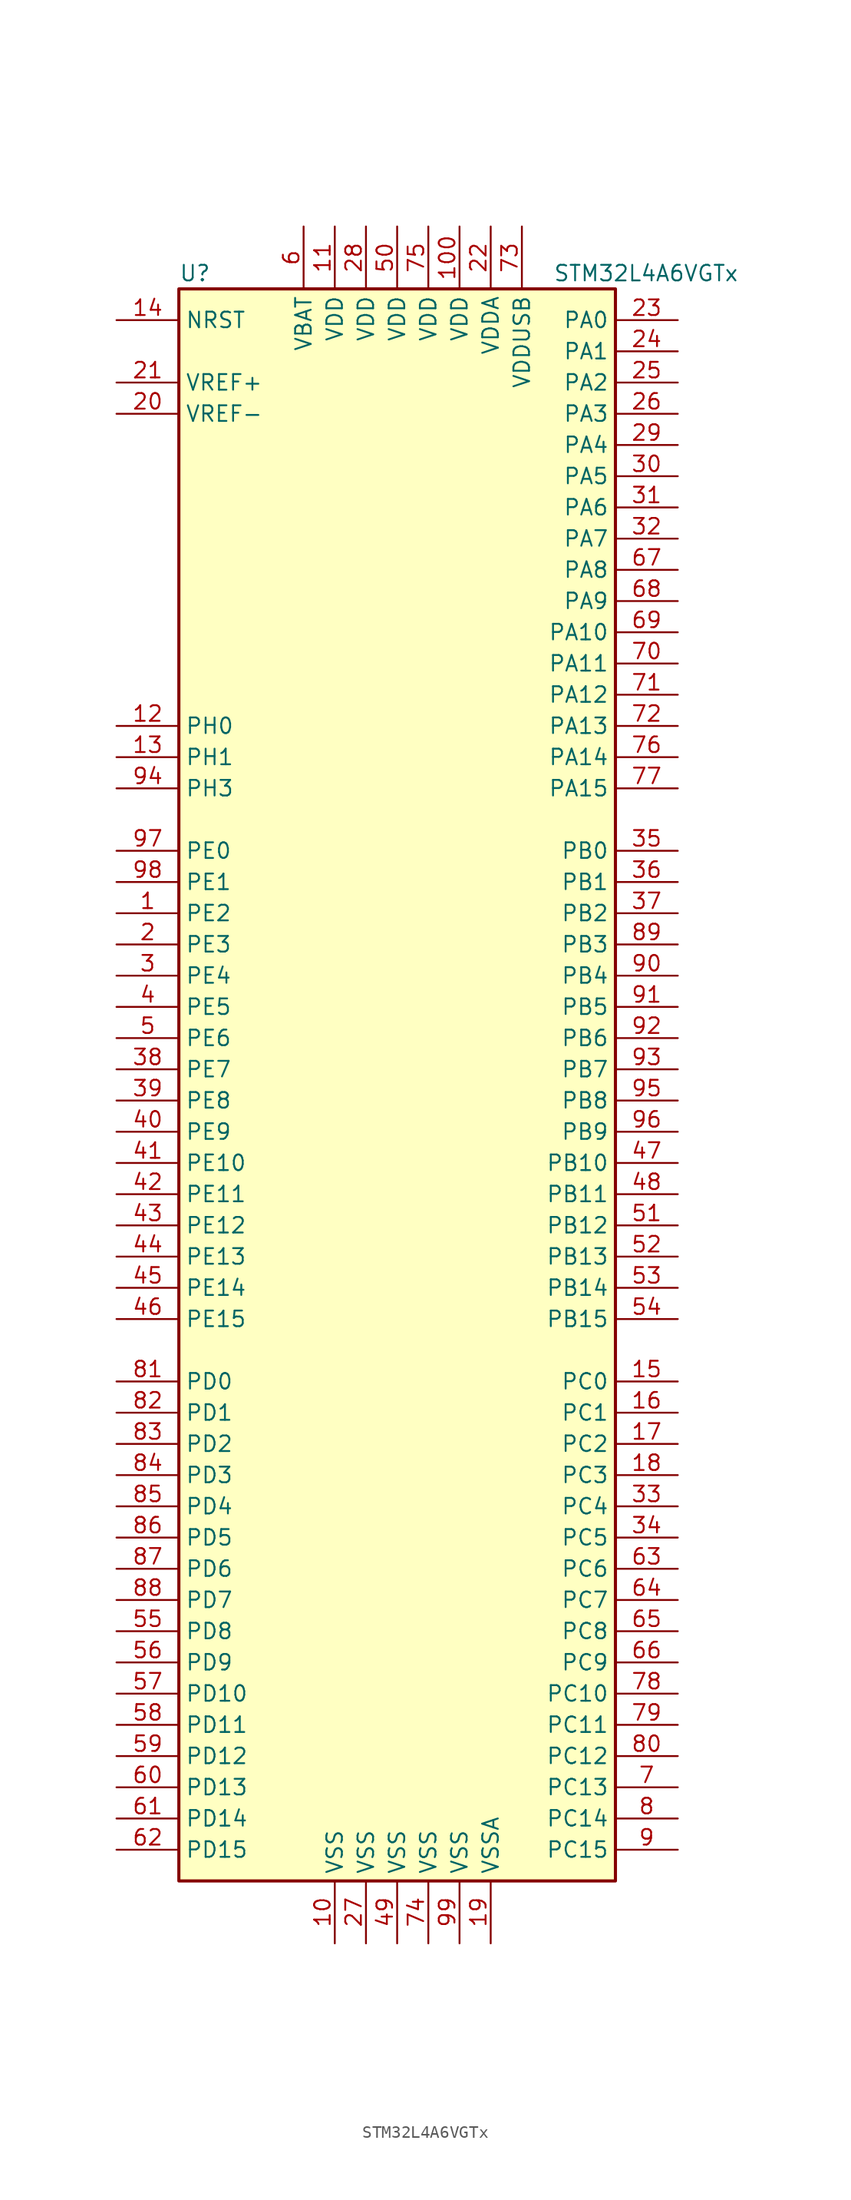
<source format=kicad_sym>
(kicad_symbol_lib
  (version 20201005)
  (generator kicad_symbol_editor)
  (symbol "MCU_ST_STM32L4:STM32L4A6VGTx"
    (property "Reference" "U"
      (at -17.78 64.77 0)
      (effects (font (size 1.27 1.27)) (justify left)))
    (property "Value" "STM32L4A6VGTx"
      (at 12.7 64.77 0)
      (effects (font (size 1.27 1.27)) (justify left)))
    (symbol "STM32L4A6VGTx_0_1"
      (rectangle (start -17.78 -66.04) (end 17.78 63.5) (stroke (width 0.254)) (fill (type background))))
    (symbol "STM32L4A6VGTx_1_1"
      (pin bidirectional line (at -22.86 12.7 0) (length 5.08) (name "PE2" (effects (font (size 1.27 1.27)))) (number "1" (effects (font (size 1.27 1.27)))))
      (pin power_in line (at -5.08 -71.12 90) (length 5.08) (name "VSS" (effects (font (size 1.27 1.27)))) (number "10" (effects (font (size 1.27 1.27)))))
      (pin power_in line (at 5.08 68.58 270) (length 5.08) (name "VDD" (effects (font (size 1.27 1.27)))) (number "100" (effects (font (size 1.27 1.27)))))
      (pin power_in line (at -5.08 68.58 270) (length 5.08) (name "VDD" (effects (font (size 1.27 1.27)))) (number "11" (effects (font (size 1.27 1.27)))))
      (pin input line (at -22.86 27.94 0) (length 5.08) (name "PH0" (effects (font (size 1.27 1.27)))) (number "12" (effects (font (size 1.27 1.27)))))
      (pin input line (at -22.86 25.4 0) (length 5.08) (name "PH1" (effects (font (size 1.27 1.27)))) (number "13" (effects (font (size 1.27 1.27)))))
      (pin input line (at -22.86 60.96 0) (length 5.08) (name "NRST" (effects (font (size 1.27 1.27)))) (number "14" (effects (font (size 1.27 1.27)))))
      (pin bidirectional line (at 22.86 -25.4 180) (length 5.08) (name "PC0" (effects (font (size 1.27 1.27)))) (number "15" (effects (font (size 1.27 1.27)))))
      (pin bidirectional line (at 22.86 -27.94 180) (length 5.08) (name "PC1" (effects (font (size 1.27 1.27)))) (number "16" (effects (font (size 1.27 1.27)))))
      (pin bidirectional line (at 22.86 -30.48 180) (length 5.08) (name "PC2" (effects (font (size 1.27 1.27)))) (number "17" (effects (font (size 1.27 1.27)))))
      (pin bidirectional line (at 22.86 -33.02 180) (length 5.08) (name "PC3" (effects (font (size 1.27 1.27)))) (number "18" (effects (font (size 1.27 1.27)))))
      (pin power_in line (at 7.62 -71.12 90) (length 5.08) (name "VSSA" (effects (font (size 1.27 1.27)))) (number "19" (effects (font (size 1.27 1.27)))))
      (pin bidirectional line (at -22.86 10.16 0) (length 5.08) (name "PE3" (effects (font (size 1.27 1.27)))) (number "2" (effects (font (size 1.27 1.27)))))
      (pin power_in line (at -22.86 53.34 0) (length 5.08) (name "VREF-" (effects (font (size 1.27 1.27)))) (number "20" (effects (font (size 1.27 1.27)))))
      (pin bidirectional line (at -22.86 55.88 0) (length 5.08) (name "VREF+" (effects (font (size 1.27 1.27)))) (number "21" (effects (font (size 1.27 1.27)))))
      (pin power_in line (at 7.62 68.58 270) (length 5.08) (name "VDDA" (effects (font (size 1.27 1.27)))) (number "22" (effects (font (size 1.27 1.27)))))
      (pin bidirectional line (at 22.86 60.96 180) (length 5.08) (name "PA0" (effects (font (size 1.27 1.27)))) (number "23" (effects (font (size 1.27 1.27)))))
      (pin bidirectional line (at 22.86 58.42 180) (length 5.08) (name "PA1" (effects (font (size 1.27 1.27)))) (number "24" (effects (font (size 1.27 1.27)))))
      (pin bidirectional line (at 22.86 55.88 180) (length 5.08) (name "PA2" (effects (font (size 1.27 1.27)))) (number "25" (effects (font (size 1.27 1.27)))))
      (pin bidirectional line (at 22.86 53.34 180) (length 5.08) (name "PA3" (effects (font (size 1.27 1.27)))) (number "26" (effects (font (size 1.27 1.27)))))
      (pin power_in line (at -2.54 -71.12 90) (length 5.08) (name "VSS" (effects (font (size 1.27 1.27)))) (number "27" (effects (font (size 1.27 1.27)))))
      (pin power_in line (at -2.54 68.58 270) (length 5.08) (name "VDD" (effects (font (size 1.27 1.27)))) (number "28" (effects (font (size 1.27 1.27)))))
      (pin bidirectional line (at 22.86 50.8 180) (length 5.08) (name "PA4" (effects (font (size 1.27 1.27)))) (number "29" (effects (font (size 1.27 1.27)))))
      (pin bidirectional line (at -22.86 7.62 0) (length 5.08) (name "PE4" (effects (font (size 1.27 1.27)))) (number "3" (effects (font (size 1.27 1.27)))))
      (pin bidirectional line (at 22.86 48.26 180) (length 5.08) (name "PA5" (effects (font (size 1.27 1.27)))) (number "30" (effects (font (size 1.27 1.27)))))
      (pin bidirectional line (at 22.86 45.72 180) (length 5.08) (name "PA6" (effects (font (size 1.27 1.27)))) (number "31" (effects (font (size 1.27 1.27)))))
      (pin bidirectional line (at 22.86 43.18 180) (length 5.08) (name "PA7" (effects (font (size 1.27 1.27)))) (number "32" (effects (font (size 1.27 1.27)))))
      (pin bidirectional line (at 22.86 -35.56 180) (length 5.08) (name "PC4" (effects (font (size 1.27 1.27)))) (number "33" (effects (font (size 1.27 1.27)))))
      (pin bidirectional line (at 22.86 -38.1 180) (length 5.08) (name "PC5" (effects (font (size 1.27 1.27)))) (number "34" (effects (font (size 1.27 1.27)))))
      (pin bidirectional line (at 22.86 17.78 180) (length 5.08) (name "PB0" (effects (font (size 1.27 1.27)))) (number "35" (effects (font (size 1.27 1.27)))))
      (pin bidirectional line (at 22.86 15.24 180) (length 5.08) (name "PB1" (effects (font (size 1.27 1.27)))) (number "36" (effects (font (size 1.27 1.27)))))
      (pin bidirectional line (at 22.86 12.7 180) (length 5.08) (name "PB2" (effects (font (size 1.27 1.27)))) (number "37" (effects (font (size 1.27 1.27)))))
      (pin bidirectional line (at -22.86 0 0) (length 5.08) (name "PE7" (effects (font (size 1.27 1.27)))) (number "38" (effects (font (size 1.27 1.27)))))
      (pin bidirectional line (at -22.86 -2.54 0) (length 5.08) (name "PE8" (effects (font (size 1.27 1.27)))) (number "39" (effects (font (size 1.27 1.27)))))
      (pin bidirectional line (at -22.86 5.08 0) (length 5.08) (name "PE5" (effects (font (size 1.27 1.27)))) (number "4" (effects (font (size 1.27 1.27)))))
      (pin bidirectional line (at -22.86 -5.08 0) (length 5.08) (name "PE9" (effects (font (size 1.27 1.27)))) (number "40" (effects (font (size 1.27 1.27)))))
      (pin bidirectional line (at -22.86 -7.62 0) (length 5.08) (name "PE10" (effects (font (size 1.27 1.27)))) (number "41" (effects (font (size 1.27 1.27)))))
      (pin bidirectional line (at -22.86 -10.16 0) (length 5.08) (name "PE11" (effects (font (size 1.27 1.27)))) (number "42" (effects (font (size 1.27 1.27)))))
      (pin bidirectional line (at -22.86 -12.7 0) (length 5.08) (name "PE12" (effects (font (size 1.27 1.27)))) (number "43" (effects (font (size 1.27 1.27)))))
      (pin bidirectional line (at -22.86 -15.24 0) (length 5.08) (name "PE13" (effects (font (size 1.27 1.27)))) (number "44" (effects (font (size 1.27 1.27)))))
      (pin bidirectional line (at -22.86 -17.78 0) (length 5.08) (name "PE14" (effects (font (size 1.27 1.27)))) (number "45" (effects (font (size 1.27 1.27)))))
      (pin bidirectional line (at -22.86 -20.32 0) (length 5.08) (name "PE15" (effects (font (size 1.27 1.27)))) (number "46" (effects (font (size 1.27 1.27)))))
      (pin bidirectional line (at 22.86 -7.62 180) (length 5.08) (name "PB10" (effects (font (size 1.27 1.27)))) (number "47" (effects (font (size 1.27 1.27)))))
      (pin bidirectional line (at 22.86 -10.16 180) (length 5.08) (name "PB11" (effects (font (size 1.27 1.27)))) (number "48" (effects (font (size 1.27 1.27)))))
      (pin power_in line (at 0 -71.12 90) (length 5.08) (name "VSS" (effects (font (size 1.27 1.27)))) (number "49" (effects (font (size 1.27 1.27)))))
      (pin bidirectional line (at -22.86 2.54 0) (length 5.08) (name "PE6" (effects (font (size 1.27 1.27)))) (number "5" (effects (font (size 1.27 1.27)))))
      (pin power_in line (at 0 68.58 270) (length 5.08) (name "VDD" (effects (font (size 1.27 1.27)))) (number "50" (effects (font (size 1.27 1.27)))))
      (pin bidirectional line (at 22.86 -12.7 180) (length 5.08) (name "PB12" (effects (font (size 1.27 1.27)))) (number "51" (effects (font (size 1.27 1.27)))))
      (pin bidirectional line (at 22.86 -15.24 180) (length 5.08) (name "PB13" (effects (font (size 1.27 1.27)))) (number "52" (effects (font (size 1.27 1.27)))))
      (pin bidirectional line (at 22.86 -17.78 180) (length 5.08) (name "PB14" (effects (font (size 1.27 1.27)))) (number "53" (effects (font (size 1.27 1.27)))))
      (pin bidirectional line (at 22.86 -20.32 180) (length 5.08) (name "PB15" (effects (font (size 1.27 1.27)))) (number "54" (effects (font (size 1.27 1.27)))))
      (pin bidirectional line (at -22.86 -45.72 0) (length 5.08) (name "PD8" (effects (font (size 1.27 1.27)))) (number "55" (effects (font (size 1.27 1.27)))))
      (pin bidirectional line (at -22.86 -48.26 0) (length 5.08) (name "PD9" (effects (font (size 1.27 1.27)))) (number "56" (effects (font (size 1.27 1.27)))))
      (pin bidirectional line (at -22.86 -50.8 0) (length 5.08) (name "PD10" (effects (font (size 1.27 1.27)))) (number "57" (effects (font (size 1.27 1.27)))))
      (pin bidirectional line (at -22.86 -53.34 0) (length 5.08) (name "PD11" (effects (font (size 1.27 1.27)))) (number "58" (effects (font (size 1.27 1.27)))))
      (pin bidirectional line (at -22.86 -55.88 0) (length 5.08) (name "PD12" (effects (font (size 1.27 1.27)))) (number "59" (effects (font (size 1.27 1.27)))))
      (pin power_in line (at -7.62 68.58 270) (length 5.08) (name "VBAT" (effects (font (size 1.27 1.27)))) (number "6" (effects (font (size 1.27 1.27)))))
      (pin bidirectional line (at -22.86 -58.42 0) (length 5.08) (name "PD13" (effects (font (size 1.27 1.27)))) (number "60" (effects (font (size 1.27 1.27)))))
      (pin bidirectional line (at -22.86 -60.96 0) (length 5.08) (name "PD14" (effects (font (size 1.27 1.27)))) (number "61" (effects (font (size 1.27 1.27)))))
      (pin bidirectional line (at -22.86 -63.5 0) (length 5.08) (name "PD15" (effects (font (size 1.27 1.27)))) (number "62" (effects (font (size 1.27 1.27)))))
      (pin bidirectional line (at 22.86 -40.64 180) (length 5.08) (name "PC6" (effects (font (size 1.27 1.27)))) (number "63" (effects (font (size 1.27 1.27)))))
      (pin bidirectional line (at 22.86 -43.18 180) (length 5.08) (name "PC7" (effects (font (size 1.27 1.27)))) (number "64" (effects (font (size 1.27 1.27)))))
      (pin bidirectional line (at 22.86 -45.72 180) (length 5.08) (name "PC8" (effects (font (size 1.27 1.27)))) (number "65" (effects (font (size 1.27 1.27)))))
      (pin bidirectional line (at 22.86 -48.26 180) (length 5.08) (name "PC9" (effects (font (size 1.27 1.27)))) (number "66" (effects (font (size 1.27 1.27)))))
      (pin bidirectional line (at 22.86 40.64 180) (length 5.08) (name "PA8" (effects (font (size 1.27 1.27)))) (number "67" (effects (font (size 1.27 1.27)))))
      (pin bidirectional line (at 22.86 38.1 180) (length 5.08) (name "PA9" (effects (font (size 1.27 1.27)))) (number "68" (effects (font (size 1.27 1.27)))))
      (pin bidirectional line (at 22.86 35.56 180) (length 5.08) (name "PA10" (effects (font (size 1.27 1.27)))) (number "69" (effects (font (size 1.27 1.27)))))
      (pin bidirectional line (at 22.86 -58.42 180) (length 5.08) (name "PC13" (effects (font (size 1.27 1.27)))) (number "7" (effects (font (size 1.27 1.27)))))
      (pin bidirectional line (at 22.86 33.02 180) (length 5.08) (name "PA11" (effects (font (size 1.27 1.27)))) (number "70" (effects (font (size 1.27 1.27)))))
      (pin bidirectional line (at 22.86 30.48 180) (length 5.08) (name "PA12" (effects (font (size 1.27 1.27)))) (number "71" (effects (font (size 1.27 1.27)))))
      (pin bidirectional line (at 22.86 27.94 180) (length 5.08) (name "PA13" (effects (font (size 1.27 1.27)))) (number "72" (effects (font (size 1.27 1.27)))))
      (pin power_in line (at 10.16 68.58 270) (length 5.08) (name "VDDUSB" (effects (font (size 1.27 1.27)))) (number "73" (effects (font (size 1.27 1.27)))))
      (pin power_in line (at 2.54 -71.12 90) (length 5.08) (name "VSS" (effects (font (size 1.27 1.27)))) (number "74" (effects (font (size 1.27 1.27)))))
      (pin power_in line (at 2.54 68.58 270) (length 5.08) (name "VDD" (effects (font (size 1.27 1.27)))) (number "75" (effects (font (size 1.27 1.27)))))
      (pin bidirectional line (at 22.86 25.4 180) (length 5.08) (name "PA14" (effects (font (size 1.27 1.27)))) (number "76" (effects (font (size 1.27 1.27)))))
      (pin bidirectional line (at 22.86 22.86 180) (length 5.08) (name "PA15" (effects (font (size 1.27 1.27)))) (number "77" (effects (font (size 1.27 1.27)))))
      (pin bidirectional line (at 22.86 -50.8 180) (length 5.08) (name "PC10" (effects (font (size 1.27 1.27)))) (number "78" (effects (font (size 1.27 1.27)))))
      (pin bidirectional line (at 22.86 -53.34 180) (length 5.08) (name "PC11" (effects (font (size 1.27 1.27)))) (number "79" (effects (font (size 1.27 1.27)))))
      (pin bidirectional line (at 22.86 -60.96 180) (length 5.08) (name "PC14" (effects (font (size 1.27 1.27)))) (number "8" (effects (font (size 1.27 1.27)))))
      (pin bidirectional line (at 22.86 -55.88 180) (length 5.08) (name "PC12" (effects (font (size 1.27 1.27)))) (number "80" (effects (font (size 1.27 1.27)))))
      (pin bidirectional line (at -22.86 -25.4 0) (length 5.08) (name "PD0" (effects (font (size 1.27 1.27)))) (number "81" (effects (font (size 1.27 1.27)))))
      (pin bidirectional line (at -22.86 -27.94 0) (length 5.08) (name "PD1" (effects (font (size 1.27 1.27)))) (number "82" (effects (font (size 1.27 1.27)))))
      (pin bidirectional line (at -22.86 -30.48 0) (length 5.08) (name "PD2" (effects (font (size 1.27 1.27)))) (number "83" (effects (font (size 1.27 1.27)))))
      (pin bidirectional line (at -22.86 -33.02 0) (length 5.08) (name "PD3" (effects (font (size 1.27 1.27)))) (number "84" (effects (font (size 1.27 1.27)))))
      (pin bidirectional line (at -22.86 -35.56 0) (length 5.08) (name "PD4" (effects (font (size 1.27 1.27)))) (number "85" (effects (font (size 1.27 1.27)))))
      (pin bidirectional line (at -22.86 -38.1 0) (length 5.08) (name "PD5" (effects (font (size 1.27 1.27)))) (number "86" (effects (font (size 1.27 1.27)))))
      (pin bidirectional line (at -22.86 -40.64 0) (length 5.08) (name "PD6" (effects (font (size 1.27 1.27)))) (number "87" (effects (font (size 1.27 1.27)))))
      (pin bidirectional line (at -22.86 -43.18 0) (length 5.08) (name "PD7" (effects (font (size 1.27 1.27)))) (number "88" (effects (font (size 1.27 1.27)))))
      (pin bidirectional line (at 22.86 10.16 180) (length 5.08) (name "PB3" (effects (font (size 1.27 1.27)))) (number "89" (effects (font (size 1.27 1.27)))))
      (pin bidirectional line (at 22.86 -63.5 180) (length 5.08) (name "PC15" (effects (font (size 1.27 1.27)))) (number "9" (effects (font (size 1.27 1.27)))))
      (pin bidirectional line (at 22.86 7.62 180) (length 5.08) (name "PB4" (effects (font (size 1.27 1.27)))) (number "90" (effects (font (size 1.27 1.27)))))
      (pin bidirectional line (at 22.86 5.08 180) (length 5.08) (name "PB5" (effects (font (size 1.27 1.27)))) (number "91" (effects (font (size 1.27 1.27)))))
      (pin bidirectional line (at 22.86 2.54 180) (length 5.08) (name "PB6" (effects (font (size 1.27 1.27)))) (number "92" (effects (font (size 1.27 1.27)))))
      (pin bidirectional line (at 22.86 0 180) (length 5.08) (name "PB7" (effects (font (size 1.27 1.27)))) (number "93" (effects (font (size 1.27 1.27)))))
      (pin bidirectional line (at -22.86 22.86 0) (length 5.08) (name "PH3" (effects (font (size 1.27 1.27)))) (number "94" (effects (font (size 1.27 1.27)))))
      (pin bidirectional line (at 22.86 -2.54 180) (length 5.08) (name "PB8" (effects (font (size 1.27 1.27)))) (number "95" (effects (font (size 1.27 1.27)))))
      (pin bidirectional line (at 22.86 -5.08 180) (length 5.08) (name "PB9" (effects (font (size 1.27 1.27)))) (number "96" (effects (font (size 1.27 1.27)))))
      (pin bidirectional line (at -22.86 17.78 0) (length 5.08) (name "PE0" (effects (font (size 1.27 1.27)))) (number "97" (effects (font (size 1.27 1.27)))))
      (pin bidirectional line (at -22.86 15.24 0) (length 5.08) (name "PE1" (effects (font (size 1.27 1.27)))) (number "98" (effects (font (size 1.27 1.27)))))
      (pin power_in line (at 5.08 -71.12 90) (length 5.08) (name "VSS" (effects (font (size 1.27 1.27)))) (number "99" (effects (font (size 1.27 1.27))))))))
</source>
